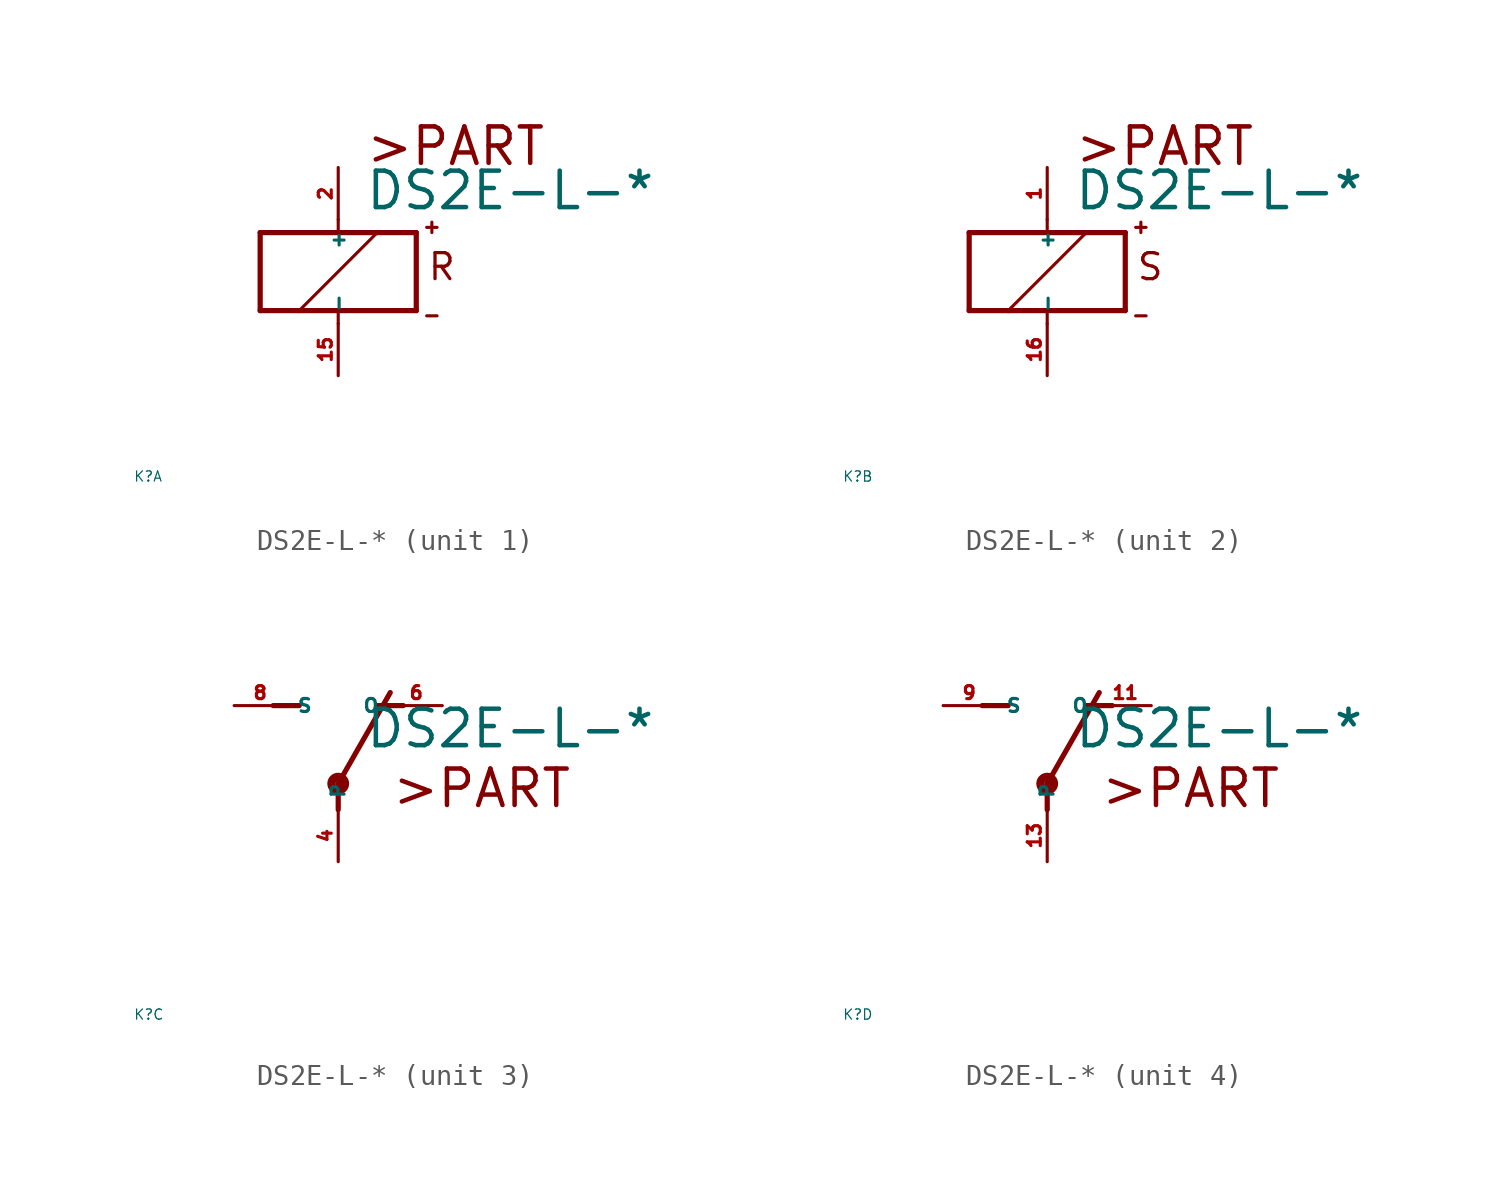
<source format=kicad_sym>
(kicad_symbol_lib
  (version 20220914)
  (generator Eagle2Kicad)
  (symbol "DS2E-L-*"
    (property "Reference" "K"
      (at -10 -10 0)
      (effects (font (size 0.5 0.5) (thickness 0.06)) (justify left)))
    (property "Value" "DS2E-L-*"
      (at 1.27 2.921 0)
      (effects (font (size 1.778 1.778) (thickness 0.22)) (justify left bottom)))
    (symbol "DS2E-L-*_1_0"
      (polyline (pts (xy -3.81 -1.905) (xy -1.905 -1.905)) (stroke (width 0.254) (type default)) (fill (type none)))
      (polyline (pts (xy 3.81 -1.905) (xy 3.81 1.905)) (stroke (width 0.254) (type default)) (fill (type none)))
      (polyline (pts (xy 3.81 1.905) (xy 1.905 1.905)) (stroke (width 0.254) (type default)) (fill (type none)))
      (polyline (pts (xy -3.81 1.905) (xy -3.81 -1.905)) (stroke (width 0.254) (type default)) (fill (type none)))
      (polyline (pts (xy 0 -2.54) (xy 0 -1.905)) (stroke (width 0.152) (type default)) (fill (type none)))
      (polyline (pts (xy 0 -1.905) (xy 3.81 -1.905)) (stroke (width 0.254) (type default)) (fill (type none)))
      (polyline (pts (xy 0 2.54) (xy 0 1.905)) (stroke (width 0.152) (type default)) (fill (type none)))
      (polyline (pts (xy 0 1.905) (xy -3.81 1.905)) (stroke (width 0.254) (type default)) (fill (type none)))
      (polyline (pts (xy -1.905 -1.905) (xy 1.905 1.905)) (stroke (width 0.152) (type default)) (fill (type none)))
      (polyline (pts (xy -1.905 -1.905) (xy 0 -1.905)) (stroke (width 0.254) (type default)) (fill (type none)))
      (polyline (pts (xy 1.905 1.905) (xy 0 1.905)) (stroke (width 0.254) (type default)) (fill (type none)))
      (polyline (pts (xy 4.318 2.159) (xy 4.826 2.159)) (stroke (width 0.152) (type default)) (fill (type none)))
      (polyline (pts (xy 4.572 2.413) (xy 4.572 1.905)) (stroke (width 0.152) (type default)) (fill (type none)))
      (polyline (pts (xy 4.318 -2.159) (xy 4.826 -2.159)) (stroke (width 0.152) (type default)) (fill (type none)))
      (text ">PART" (at 1.27 5.08 0) (effects (font (size 1.778 1.778) (thickness 0.22)) (justify left bottom)))
      (text "R" (at 4.318 -0.508 0) (effects (font (size 1.27 1.27) (thickness 0.16)) (justify left bottom)))
      (pin passive line (at 0 -5.08 90) (length 2.54) (name "-" (effects (font (size 0.635 0.635) (thickness 0.08)) (justify left bottom))) (number "15" (effects (font (size 0.635 0.635) (thickness 0.08)) (justify left bottom))))
      (pin passive line (at 0 5.08 270) (length 2.54) (name "+" (effects (font (size 0.635 0.635) (thickness 0.08)) (justify left bottom))) (number "2" (effects (font (size 0.635 0.635) (thickness 0.08)) (justify left bottom)))))
    (symbol "DS2E-L-*_2_0"
      (polyline (pts (xy -3.81 -1.905) (xy -1.905 -1.905)) (stroke (width 0.254) (type default)) (fill (type none)))
      (polyline (pts (xy 3.81 -1.905) (xy 3.81 1.905)) (stroke (width 0.254) (type default)) (fill (type none)))
      (polyline (pts (xy 3.81 1.905) (xy 1.905 1.905)) (stroke (width 0.254) (type default)) (fill (type none)))
      (polyline (pts (xy -3.81 1.905) (xy -3.81 -1.905)) (stroke (width 0.254) (type default)) (fill (type none)))
      (polyline (pts (xy 0 -2.54) (xy 0 -1.905)) (stroke (width 0.152) (type default)) (fill (type none)))
      (polyline (pts (xy 0 -1.905) (xy 3.81 -1.905)) (stroke (width 0.254) (type default)) (fill (type none)))
      (polyline (pts (xy 0 2.54) (xy 0 1.905)) (stroke (width 0.152) (type default)) (fill (type none)))
      (polyline (pts (xy 0 1.905) (xy -3.81 1.905)) (stroke (width 0.254) (type default)) (fill (type none)))
      (polyline (pts (xy -1.905 -1.905) (xy 1.905 1.905)) (stroke (width 0.152) (type default)) (fill (type none)))
      (polyline (pts (xy -1.905 -1.905) (xy 0 -1.905)) (stroke (width 0.254) (type default)) (fill (type none)))
      (polyline (pts (xy 1.905 1.905) (xy 0 1.905)) (stroke (width 0.254) (type default)) (fill (type none)))
      (polyline (pts (xy 4.318 2.159) (xy 4.826 2.159)) (stroke (width 0.152) (type default)) (fill (type none)))
      (polyline (pts (xy 4.572 2.413) (xy 4.572 1.905)) (stroke (width 0.152) (type default)) (fill (type none)))
      (polyline (pts (xy 4.318 -2.159) (xy 4.826 -2.159)) (stroke (width 0.152) (type default)) (fill (type none)))
      (text ">PART" (at 1.27 5.08 0) (effects (font (size 1.778 1.778) (thickness 0.22)) (justify left bottom)))
      (text "S" (at 4.318 -0.508 0) (effects (font (size 1.27 1.27) (thickness 0.16)) (justify left bottom)))
      (pin passive line (at 0 -5.08 90) (length 2.54) (name "-" (effects (font (size 0.635 0.635) (thickness 0.08)) (justify left bottom))) (number "16" (effects (font (size 0.635 0.635) (thickness 0.08)) (justify left bottom))))
      (pin passive line (at 0 5.08 270) (length 2.54) (name "+" (effects (font (size 0.635 0.635) (thickness 0.08)) (justify left bottom))) (number "1" (effects (font (size 0.635 0.635) (thickness 0.08)) (justify left bottom)))))
    (symbol "DS2E-L-*_3_0"
      (polyline (pts (xy 3.175 5.08) (xy 1.905 5.08)) (stroke (width 0.254) (type default)) (fill (type none)))
      (polyline (pts (xy -3.175 5.08) (xy -1.905 5.08)) (stroke (width 0.254) (type default)) (fill (type none)))
      (polyline (pts (xy 0 1.27) (xy 2.54 5.715)) (stroke (width 0.254) (type default)) (fill (type none)))
      (polyline (pts (xy 0 1.27) (xy 0 0)) (stroke (width 0.254) (type default)) (fill (type none)))
      (text ">PART" (at 2.54 0 0) (effects (font (size 1.778 1.778) (thickness 0.22)) (justify left bottom)))
      (circle (center 0 1.27) (radius 0.127) (stroke (width 0.406) (type default)) (fill (type none)))
      (pin passive line (at 5.08 5.08 180) (length 2.54) (name "O" (effects (font (size 0.635 0.635) (thickness 0.08)) (justify left bottom))) (number "6" (effects (font (size 0.635 0.635) (thickness 0.08)) (justify left bottom))))
      (pin passive line (at -5.08 5.08 0) (length 2.54) (name "S" (effects (font (size 0.635 0.635) (thickness 0.08)) (justify left bottom))) (number "8" (effects (font (size 0.635 0.635) (thickness 0.08)) (justify left bottom))))
      (pin passive line (at 0 -2.54 90) (length 2.54) (name "P" (effects (font (size 0.635 0.635) (thickness 0.08)) (justify left bottom))) (number "4" (effects (font (size 0.635 0.635) (thickness 0.08)) (justify left bottom)))))
    (symbol "DS2E-L-*_4_0"
      (polyline (pts (xy 3.175 5.08) (xy 1.905 5.08)) (stroke (width 0.254) (type default)) (fill (type none)))
      (polyline (pts (xy -3.175 5.08) (xy -1.905 5.08)) (stroke (width 0.254) (type default)) (fill (type none)))
      (polyline (pts (xy 0 1.27) (xy 2.54 5.715)) (stroke (width 0.254) (type default)) (fill (type none)))
      (polyline (pts (xy 0 1.27) (xy 0 0)) (stroke (width 0.254) (type default)) (fill (type none)))
      (text ">PART" (at 2.54 0 0) (effects (font (size 1.778 1.778) (thickness 0.22)) (justify left bottom)))
      (circle (center 0 1.27) (radius 0.127) (stroke (width 0.406) (type default)) (fill (type none)))
      (pin passive line (at 5.08 5.08 180) (length 2.54) (name "O" (effects (font (size 0.635 0.635) (thickness 0.08)) (justify left bottom))) (number "11" (effects (font (size 0.635 0.635) (thickness 0.08)) (justify left bottom))))
      (pin passive line (at -5.08 5.08 0) (length 2.54) (name "S" (effects (font (size 0.635 0.635) (thickness 0.08)) (justify left bottom))) (number "9" (effects (font (size 0.635 0.635) (thickness 0.08)) (justify left bottom))))
      (pin passive line (at 0 -2.54 90) (length 2.54) (name "P" (effects (font (size 0.635 0.635) (thickness 0.08)) (justify left bottom))) (number "13" (effects (font (size 0.635 0.635) (thickness 0.08)) (justify left bottom)))))))
</source>
